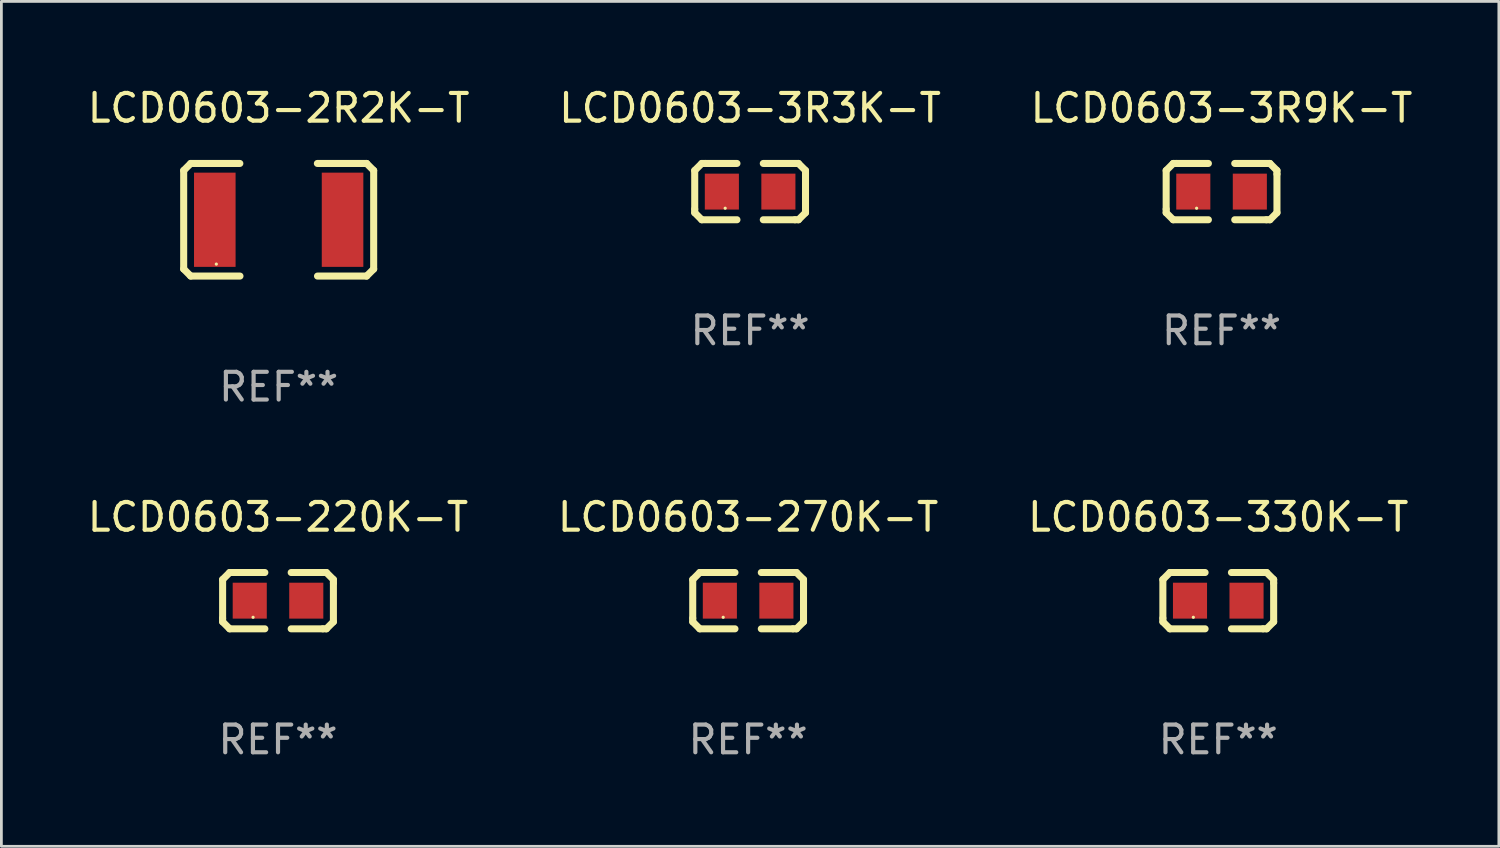
<source format=kicad_pcb>
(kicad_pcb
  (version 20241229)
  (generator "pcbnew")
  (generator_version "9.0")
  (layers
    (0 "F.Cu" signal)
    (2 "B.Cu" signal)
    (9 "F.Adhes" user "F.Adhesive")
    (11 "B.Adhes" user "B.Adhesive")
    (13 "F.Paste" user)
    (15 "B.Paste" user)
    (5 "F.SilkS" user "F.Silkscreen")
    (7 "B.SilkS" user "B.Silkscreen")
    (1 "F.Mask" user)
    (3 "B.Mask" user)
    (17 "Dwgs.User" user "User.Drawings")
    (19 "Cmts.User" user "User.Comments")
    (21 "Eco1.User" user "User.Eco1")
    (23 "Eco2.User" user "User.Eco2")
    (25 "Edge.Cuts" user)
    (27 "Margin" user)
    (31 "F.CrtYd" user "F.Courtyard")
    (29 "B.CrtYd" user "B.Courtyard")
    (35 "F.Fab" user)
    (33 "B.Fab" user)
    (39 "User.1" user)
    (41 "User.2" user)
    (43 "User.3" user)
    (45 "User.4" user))
  (footprint "LCD0603-270K-T"
    (layer "F.Cu")
    (at 23.946 18.625)
    (property "Reference" "LCD0603-270K-T" (at 0 -3.016 0) (layer "F.SilkS") (effects (font (size 1 1) (thickness 0.15))))
    (attr through_hole)
    (fp_line (start -1.999 -0.762) (end -1.999 0.635) (stroke (width 0.254) (type solid)) (layer "F.SilkS"))
    (fp_line (start -1.999 0.635) (end -1.999 0.762) (stroke (width 0.254) (type solid)) (layer "F.SilkS"))
    (fp_line (start -1.999 0.762) (end -1.745 1.016) (stroke (width 0.254) (type solid)) (layer "F.SilkS"))
    (fp_line (start -1.745 -1.016) (end -1.999 -0.762) (stroke (width 0.254) (type solid)) (layer "F.SilkS"))
    (fp_line (start -1.745 1.016) (end -0.475 1.016) (stroke (width 0.254) (type solid)) (layer "F.SilkS"))
    (fp_line (start -1.618 -1.016) (end -1.745 -1.016) (stroke (width 0.254) (type solid)) (layer "F.SilkS"))
    (fp_line (start -0.475 -1.016) (end -1.618 -1.016) (stroke (width 0.254) (type solid)) (layer "F.SilkS"))
    (fp_line (start 0.475 1.016) (end 1.618 1.016) (stroke (width 0.254) (type solid)) (layer "F.SilkS"))
    (fp_line (start 1.618 1.016) (end 1.745 1.016) (stroke (width 0.254) (type solid)) (layer "F.SilkS"))
    (fp_line (start 1.745 -1.016) (end 0.475 -1.016) (stroke (width 0.254) (type solid)) (layer "F.SilkS"))
    (fp_line (start 1.745 1.016) (end 1.999 0.762) (stroke (width 0.254) (type solid)) (layer "F.SilkS"))
    (fp_line (start 1.999 -0.762) (end 1.745 -1.016) (stroke (width 0.254) (type solid)) (layer "F.SilkS"))
    (fp_line (start 1.999 -0.635) (end 1.999 -0.762) (stroke (width 0.254) (type solid)) (layer "F.SilkS"))
    (fp_line (start 1.999 0.762) (end 1.999 -0.635) (stroke (width 0.254) (type solid)) (layer "F.SilkS"))
    (fp_circle (center -0.9 0.6) (end -0.87 0.6) (stroke (width 0.06) (type solid)) (fill no) (layer "F.SilkS"))
    (fp_text user "REF**" (at 0 5.016 0) (layer "F.Fab") (effects (font (size 1 1) (thickness 0.15))))
    (pad "1" smd rect (at -1.02 0) (size 1.23 1.296) (layers "F.Cu" "F.Mask" "F.Paste"))
    (pad "2" smd rect (at 1.02 0) (size 1.23 1.296) (layers "F.Cu" "F.Mask" "F.Paste")))
  (footprint "LCD0603-330K-T"
    (layer "F.Cu")
    (at 40.911 18.625)
    (property "Reference" "LCD0603-330K-T" (at 0 -3.016 0) (layer "F.SilkS") (effects (font (size 1 1) (thickness 0.15))))
    (attr through_hole)
    (fp_line (start -1.999 -0.762) (end -1.999 0.635) (stroke (width 0.254) (type solid)) (layer "F.SilkS"))
    (fp_line (start -1.999 0.635) (end -1.999 0.762) (stroke (width 0.254) (type solid)) (layer "F.SilkS"))
    (fp_line (start -1.999 0.762) (end -1.745 1.016) (stroke (width 0.254) (type solid)) (layer "F.SilkS"))
    (fp_line (start -1.745 -1.016) (end -1.999 -0.762) (stroke (width 0.254) (type solid)) (layer "F.SilkS"))
    (fp_line (start -1.745 1.016) (end -0.475 1.016) (stroke (width 0.254) (type solid)) (layer "F.SilkS"))
    (fp_line (start -1.618 -1.016) (end -1.745 -1.016) (stroke (width 0.254) (type solid)) (layer "F.SilkS"))
    (fp_line (start -0.475 -1.016) (end -1.618 -1.016) (stroke (width 0.254) (type solid)) (layer "F.SilkS"))
    (fp_line (start 0.475 1.016) (end 1.618 1.016) (stroke (width 0.254) (type solid)) (layer "F.SilkS"))
    (fp_line (start 1.618 1.016) (end 1.745 1.016) (stroke (width 0.254) (type solid)) (layer "F.SilkS"))
    (fp_line (start 1.745 -1.016) (end 0.475 -1.016) (stroke (width 0.254) (type solid)) (layer "F.SilkS"))
    (fp_line (start 1.745 1.016) (end 1.999 0.762) (stroke (width 0.254) (type solid)) (layer "F.SilkS"))
    (fp_line (start 1.999 -0.762) (end 1.745 -1.016) (stroke (width 0.254) (type solid)) (layer "F.SilkS"))
    (fp_line (start 1.999 -0.635) (end 1.999 -0.762) (stroke (width 0.254) (type solid)) (layer "F.SilkS"))
    (fp_line (start 1.999 0.762) (end 1.999 -0.635) (stroke (width 0.254) (type solid)) (layer "F.SilkS"))
    (fp_circle (center -0.9 0.6) (end -0.87 0.6) (stroke (width 0.06) (type solid)) (fill no) (layer "F.SilkS"))
    (fp_text user "REF**" (at 0 5.016 0) (layer "F.Fab") (effects (font (size 1 1) (thickness 0.15))))
    (pad "1" smd rect (at -1.02 0) (size 1.23 1.296) (layers "F.Cu" "F.Mask" "F.Paste"))
    (pad "2" smd rect (at 1.02 0) (size 1.23 1.296) (layers "F.Cu" "F.Mask" "F.Paste")))
  (footprint "LCD0603-2R2K-T"
    (layer "F.Cu")
    (at 7.006 4.88)
    (property "Reference" "LCD0603-2R2K-T" (at 0 -4.032 0) (layer "F.SilkS") (effects (font (size 1 1) (thickness 0.15))))
    (attr through_hole)
    (fp_line (start -3.428 -1.778) (end -3.174 -2.032) (stroke (width 0.254) (type solid)) (layer "F.SilkS"))
    (fp_line (start -3.428 1.778) (end -3.428 -1.778) (stroke (width 0.254) (type solid)) (layer "F.SilkS"))
    (fp_line (start -3.174 -2.032) (end -1.401 -2.032) (stroke (width 0.254) (type solid)) (layer "F.SilkS"))
    (fp_line (start -3.174 2.032) (end -3.428 1.778) (stroke (width 0.254) (type solid)) (layer "F.SilkS"))
    (fp_line (start -1.396 2.032) (end -3.174 2.032) (stroke (width 0.254) (type solid)) (layer "F.SilkS"))
    (fp_line (start 1.396 -2.032) (end 3.174 -2.032) (stroke (width 0.254) (type solid)) (layer "F.SilkS"))
    (fp_line (start 3.174 -2.032) (end 3.428 -1.778) (stroke (width 0.254) (type solid)) (layer "F.SilkS"))
    (fp_line (start 3.174 2.032) (end 1.401 2.032) (stroke (width 0.254) (type solid)) (layer "F.SilkS"))
    (fp_line (start 3.428 -1.778) (end 3.428 1.778) (stroke (width 0.254) (type solid)) (layer "F.SilkS"))
    (fp_line (start 3.428 1.778) (end 3.174 2.032) (stroke (width 0.254) (type solid)) (layer "F.SilkS"))
    (fp_circle (center -2.25 1.6) (end -2.22 1.6) (stroke (width 0.06) (type solid)) (fill no) (layer "F.SilkS"))
    (fp_text user "REF**" (at 0 6.032 0) (layer "F.Fab") (effects (font (size 1 1) (thickness 0.15))))
    (pad "1" smd rect (at -2.305 0) (size 1.5 3.4) (layers "F.Cu" "F.Mask" "F.Paste"))
    (pad "2" smd rect (at 2.305 0) (size 1.5 3.4) (layers "F.Cu" "F.Mask" "F.Paste")))
  (footprint "LCD0603-3R3K-T"
    (layer "F.Cu")
    (at 24.018 3.864)
    (property "Reference" "LCD0603-3R3K-T" (at 0 -3.016 0) (layer "F.SilkS") (effects (font (size 1 1) (thickness 0.15))))
    (attr through_hole)
    (fp_line (start -1.999 -0.762) (end -1.999 0.635) (stroke (width 0.254) (type solid)) (layer "F.SilkS"))
    (fp_line (start -1.999 0.635) (end -1.999 0.762) (stroke (width 0.254) (type solid)) (layer "F.SilkS"))
    (fp_line (start -1.999 0.762) (end -1.745 1.016) (stroke (width 0.254) (type solid)) (layer "F.SilkS"))
    (fp_line (start -1.745 -1.016) (end -1.999 -0.762) (stroke (width 0.254) (type solid)) (layer "F.SilkS"))
    (fp_line (start -1.745 1.016) (end -0.475 1.016) (stroke (width 0.254) (type solid)) (layer "F.SilkS"))
    (fp_line (start -1.618 -1.016) (end -1.745 -1.016) (stroke (width 0.254) (type solid)) (layer "F.SilkS"))
    (fp_line (start -0.475 -1.016) (end -1.618 -1.016) (stroke (width 0.254) (type solid)) (layer "F.SilkS"))
    (fp_line (start 0.475 1.016) (end 1.618 1.016) (stroke (width 0.254) (type solid)) (layer "F.SilkS"))
    (fp_line (start 1.618 1.016) (end 1.745 1.016) (stroke (width 0.254) (type solid)) (layer "F.SilkS"))
    (fp_line (start 1.745 -1.016) (end 0.475 -1.016) (stroke (width 0.254) (type solid)) (layer "F.SilkS"))
    (fp_line (start 1.745 1.016) (end 1.999 0.762) (stroke (width 0.254) (type solid)) (layer "F.SilkS"))
    (fp_line (start 1.999 -0.762) (end 1.745 -1.016) (stroke (width 0.254) (type solid)) (layer "F.SilkS"))
    (fp_line (start 1.999 -0.635) (end 1.999 -0.762) (stroke (width 0.254) (type solid)) (layer "F.SilkS"))
    (fp_line (start 1.999 0.762) (end 1.999 -0.635) (stroke (width 0.254) (type solid)) (layer "F.SilkS"))
    (fp_circle (center -0.9 0.6) (end -0.87 0.6) (stroke (width 0.06) (type solid)) (fill no) (layer "F.SilkS"))
    (fp_text user "REF**" (at 0 5.016 0) (layer "F.Fab") (effects (font (size 1 1) (thickness 0.15))))
    (pad "1" smd rect (at -1.02 0) (size 1.23 1.296) (layers "F.Cu" "F.Mask" "F.Paste"))
    (pad "2" smd rect (at 1.02 0) (size 1.23 1.296) (layers "F.Cu" "F.Mask" "F.Paste")))
  (footprint "LCD0603-3R9K-T"
    (layer "F.Cu")
    (at 41.03 3.864)
    (property "Reference" "LCD0603-3R9K-T" (at 0 -3.016 0) (layer "F.SilkS") (effects (font (size 1 1) (thickness 0.15))))
    (attr through_hole)
    (fp_line (start -1.999 -0.762) (end -1.999 0.635) (stroke (width 0.254) (type solid)) (layer "F.SilkS"))
    (fp_line (start -1.999 0.635) (end -1.999 0.762) (stroke (width 0.254) (type solid)) (layer "F.SilkS"))
    (fp_line (start -1.999 0.762) (end -1.745 1.016) (stroke (width 0.254) (type solid)) (layer "F.SilkS"))
    (fp_line (start -1.745 -1.016) (end -1.999 -0.762) (stroke (width 0.254) (type solid)) (layer "F.SilkS"))
    (fp_line (start -1.745 1.016) (end -0.475 1.016) (stroke (width 0.254) (type solid)) (layer "F.SilkS"))
    (fp_line (start -1.618 -1.016) (end -1.745 -1.016) (stroke (width 0.254) (type solid)) (layer "F.SilkS"))
    (fp_line (start -0.475 -1.016) (end -1.618 -1.016) (stroke (width 0.254) (type solid)) (layer "F.SilkS"))
    (fp_line (start 0.475 1.016) (end 1.618 1.016) (stroke (width 0.254) (type solid)) (layer "F.SilkS"))
    (fp_line (start 1.618 1.016) (end 1.745 1.016) (stroke (width 0.254) (type solid)) (layer "F.SilkS"))
    (fp_line (start 1.745 -1.016) (end 0.475 -1.016) (stroke (width 0.254) (type solid)) (layer "F.SilkS"))
    (fp_line (start 1.745 1.016) (end 1.999 0.762) (stroke (width 0.254) (type solid)) (layer "F.SilkS"))
    (fp_line (start 1.999 -0.762) (end 1.745 -1.016) (stroke (width 0.254) (type solid)) (layer "F.SilkS"))
    (fp_line (start 1.999 -0.635) (end 1.999 -0.762) (stroke (width 0.254) (type solid)) (layer "F.SilkS"))
    (fp_line (start 1.999 0.762) (end 1.999 -0.635) (stroke (width 0.254) (type solid)) (layer "F.SilkS"))
    (fp_circle (center -0.9 0.6) (end -0.87 0.6) (stroke (width 0.06) (type solid)) (fill no) (layer "F.SilkS"))
    (fp_text user "REF**" (at 0 5.016 0) (layer "F.Fab") (effects (font (size 1 1) (thickness 0.15))))
    (pad "1" smd rect (at -1.02 0) (size 1.23 1.296) (layers "F.Cu" "F.Mask" "F.Paste"))
    (pad "2" smd rect (at 1.02 0) (size 1.23 1.296) (layers "F.Cu" "F.Mask" "F.Paste")))
  (footprint "LCD0603-220K-T"
    (layer "F.Cu")
    (at 6.982 18.625)
    (property "Reference" "LCD0603-220K-T" (at 0 -3.016 0) (layer "F.SilkS") (effects (font (size 1 1) (thickness 0.15))))
    (attr through_hole)
    (fp_line (start -1.999 -0.762) (end -1.999 0.635) (stroke (width 0.254) (type solid)) (layer "F.SilkS"))
    (fp_line (start -1.999 0.635) (end -1.999 0.762) (stroke (width 0.254) (type solid)) (layer "F.SilkS"))
    (fp_line (start -1.999 0.762) (end -1.745 1.016) (stroke (width 0.254) (type solid)) (layer "F.SilkS"))
    (fp_line (start -1.745 -1.016) (end -1.999 -0.762) (stroke (width 0.254) (type solid)) (layer "F.SilkS"))
    (fp_line (start -1.745 1.016) (end -0.475 1.016) (stroke (width 0.254) (type solid)) (layer "F.SilkS"))
    (fp_line (start -1.618 -1.016) (end -1.745 -1.016) (stroke (width 0.254) (type solid)) (layer "F.SilkS"))
    (fp_line (start -0.475 -1.016) (end -1.618 -1.016) (stroke (width 0.254) (type solid)) (layer "F.SilkS"))
    (fp_line (start 0.475 1.016) (end 1.618 1.016) (stroke (width 0.254) (type solid)) (layer "F.SilkS"))
    (fp_line (start 1.618 1.016) (end 1.745 1.016) (stroke (width 0.254) (type solid)) (layer "F.SilkS"))
    (fp_line (start 1.745 -1.016) (end 0.475 -1.016) (stroke (width 0.254) (type solid)) (layer "F.SilkS"))
    (fp_line (start 1.745 1.016) (end 1.999 0.762) (stroke (width 0.254) (type solid)) (layer "F.SilkS"))
    (fp_line (start 1.999 -0.762) (end 1.745 -1.016) (stroke (width 0.254) (type solid)) (layer "F.SilkS"))
    (fp_line (start 1.999 -0.635) (end 1.999 -0.762) (stroke (width 0.254) (type solid)) (layer "F.SilkS"))
    (fp_line (start 1.999 0.762) (end 1.999 -0.635) (stroke (width 0.254) (type solid)) (layer "F.SilkS"))
    (fp_circle (center -0.9 0.6) (end -0.87 0.6) (stroke (width 0.06) (type solid)) (fill no) (layer "F.SilkS"))
    (fp_text user "REF**" (at 0 5.016 0) (layer "F.Fab") (effects (font (size 1 1) (thickness 0.15))))
    (pad "1" smd rect (at -1.02 0) (size 1.23 1.296) (layers "F.Cu" "F.Mask" "F.Paste"))
    (pad "2" smd rect (at 1.02 0) (size 1.23 1.296) (layers "F.Cu" "F.Mask" "F.Paste")))
  (gr_rect
    (start -3 -3)
    (end 51.036 27.489)
    (stroke (width 0.1) (type default))
    (fill no)
    (layer "Edge.Cuts")))
</source>
